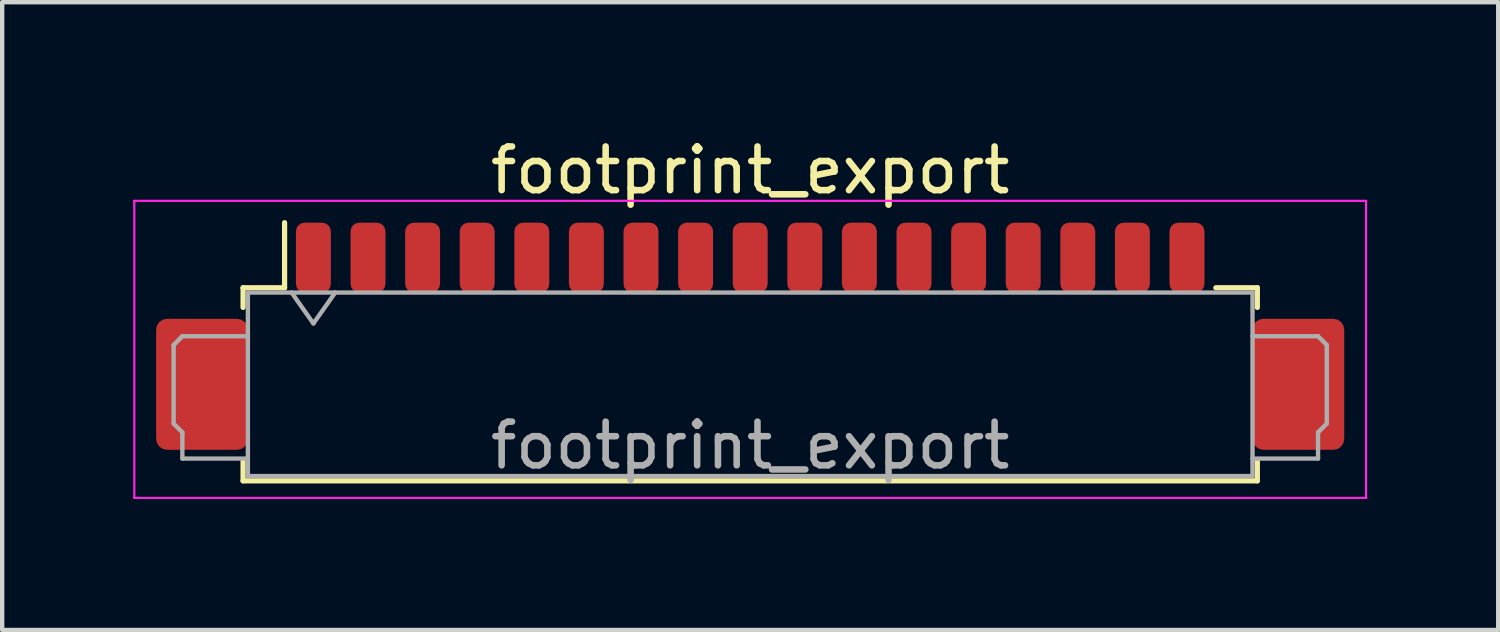
<source format=kicad_pcb>
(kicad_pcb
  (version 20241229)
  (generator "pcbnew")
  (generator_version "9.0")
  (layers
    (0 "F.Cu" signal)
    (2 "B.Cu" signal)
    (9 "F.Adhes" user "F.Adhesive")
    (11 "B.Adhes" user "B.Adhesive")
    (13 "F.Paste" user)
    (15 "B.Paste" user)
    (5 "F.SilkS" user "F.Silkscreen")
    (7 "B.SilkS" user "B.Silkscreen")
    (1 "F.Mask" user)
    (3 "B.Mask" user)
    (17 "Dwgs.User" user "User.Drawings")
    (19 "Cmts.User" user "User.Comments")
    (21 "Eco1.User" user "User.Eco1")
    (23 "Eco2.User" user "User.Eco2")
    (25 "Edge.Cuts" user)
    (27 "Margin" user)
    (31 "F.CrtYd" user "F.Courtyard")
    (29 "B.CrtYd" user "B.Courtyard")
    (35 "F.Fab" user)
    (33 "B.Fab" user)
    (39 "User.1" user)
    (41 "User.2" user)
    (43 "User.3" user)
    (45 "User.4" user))
  (footprint "footprint_export"
    (layer "F.Cu")
    (at 14.125 5.248)
    (property "Reference" "footprint_export" (at 0 -4.4 0) (layer "F.SilkS") (effects (font (size 1 1) (thickness 0.15))))
    (attr smd)
    (fp_line (start -11.61 -1.71) (end -10.66 -1.71) (stroke (width 0.12) (type solid)) (layer "F.SilkS"))
    (fp_line (start -11.61 -1.26) (end -11.61 -1.71) (stroke (width 0.12) (type solid)) (layer "F.SilkS"))
    (fp_line (start -11.61 2.26) (end -11.61 2.71) (stroke (width 0.12) (type solid)) (layer "F.SilkS"))
    (fp_line (start -11.61 2.71) (end 11.61 2.71) (stroke (width 0.12) (type solid)) (layer "F.SilkS"))
    (fp_line (start -10.66 -1.71) (end -10.66 -3.2) (stroke (width 0.12) (type solid)) (layer "F.SilkS"))
    (fp_line (start 11.61 -1.71) (end 10.66 -1.71) (stroke (width 0.12) (type solid)) (layer "F.SilkS"))
    (fp_line (start 11.61 -1.26) (end 11.61 -1.71) (stroke (width 0.12) (type solid)) (layer "F.SilkS"))
    (fp_line (start 11.61 2.71) (end 11.61 2.26) (stroke (width 0.12) (type solid)) (layer "F.SilkS"))
    (fp_line (start -14.1 -3.7) (end -14.1 3.1) (stroke (width 0.05) (type solid)) (layer "F.CrtYd"))
    (fp_line (start -14.1 3.1) (end 14.1 3.1) (stroke (width 0.05) (type solid)) (layer "F.CrtYd"))
    (fp_line (start 14.1 -3.7) (end -14.1 -3.7) (stroke (width 0.05) (type solid)) (layer "F.CrtYd"))
    (fp_line (start 14.1 3.1) (end 14.1 -3.7) (stroke (width 0.05) (type solid)) (layer "F.CrtYd"))
    (fp_line (start -13.2 -0.4) (end -13.2 1.4) (stroke (width 0.1) (type solid)) (layer "F.Fab"))
    (fp_line (start -13.2 1.4) (end -13 1.6) (stroke (width 0.1) (type solid)) (layer "F.Fab"))
    (fp_line (start -13 -0.6) (end -13.2 -0.4) (stroke (width 0.1) (type solid)) (layer "F.Fab"))
    (fp_line (start -13 1.6) (end -13 2.2) (stroke (width 0.1) (type solid)) (layer "F.Fab"))
    (fp_line (start -13 2.2) (end -11.5 2.2) (stroke (width 0.1) (type solid)) (layer "F.Fab"))
    (fp_line (start -11.5 -1.6) (end -11.5 2.6) (stroke (width 0.1) (type solid)) (layer "F.Fab"))
    (fp_line (start -11.5 -1.6) (end 11.5 -1.6) (stroke (width 0.1) (type solid)) (layer "F.Fab"))
    (fp_line (start -11.5 -0.6) (end -13 -0.6) (stroke (width 0.1) (type solid)) (layer "F.Fab"))
    (fp_line (start -11.5 2.6) (end 11.5 2.6) (stroke (width 0.1) (type solid)) (layer "F.Fab"))
    (fp_line (start -10.5 -1.6) (end -10 -0.893) (stroke (width 0.1) (type solid)) (layer "F.Fab"))
    (fp_line (start -10 -0.893) (end -9.5 -1.6) (stroke (width 0.1) (type solid)) (layer "F.Fab"))
    (fp_line (start 11.5 -1.6) (end 11.5 2.6) (stroke (width 0.1) (type solid)) (layer "F.Fab"))
    (fp_line (start 11.5 -0.6) (end 13 -0.6) (stroke (width 0.1) (type solid)) (layer "F.Fab"))
    (fp_line (start 13 -0.6) (end 13.2 -0.4) (stroke (width 0.1) (type solid)) (layer "F.Fab"))
    (fp_line (start 13 1.6) (end 13 2.2) (stroke (width 0.1) (type solid)) (layer "F.Fab"))
    (fp_line (start 13 2.2) (end 11.5 2.2) (stroke (width 0.1) (type solid)) (layer "F.Fab"))
    (fp_line (start 13.2 -0.4) (end 13.2 1.4) (stroke (width 0.1) (type solid)) (layer "F.Fab"))
    (fp_line (start 13.2 1.4) (end 13 1.6) (stroke (width 0.1) (type solid)) (layer "F.Fab"))
    (fp_text user "${REFERENCE}" (at 0 1.9 0) (layer "F.Fab") (effects (font (size 1 1) (thickness 0.15))))
    (pad "1" smd roundrect (at -10 -2.4) (size 0.8 1.6) (layers "F.Cu" "F.Mask" "F.Paste") (roundrect_rratio 0.25))
    (pad "2" smd roundrect (at -8.75 -2.4) (size 0.8 1.6) (layers "F.Cu" "F.Mask" "F.Paste") (roundrect_rratio 0.25))
    (pad "3" smd roundrect (at -7.5 -2.4) (size 0.8 1.6) (layers "F.Cu" "F.Mask" "F.Paste") (roundrect_rratio 0.25))
    (pad "4" smd roundrect (at -6.25 -2.4) (size 0.8 1.6) (layers "F.Cu" "F.Mask" "F.Paste") (roundrect_rratio 0.25))
    (pad "5" smd roundrect (at -5 -2.4) (size 0.8 1.6) (layers "F.Cu" "F.Mask" "F.Paste") (roundrect_rratio 0.25))
    (pad "6" smd roundrect (at -3.75 -2.4) (size 0.8 1.6) (layers "F.Cu" "F.Mask" "F.Paste") (roundrect_rratio 0.25))
    (pad "7" smd roundrect (at -2.5 -2.4) (size 0.8 1.6) (layers "F.Cu" "F.Mask" "F.Paste") (roundrect_rratio 0.25))
    (pad "8" smd roundrect (at -1.25 -2.4) (size 0.8 1.6) (layers "F.Cu" "F.Mask" "F.Paste") (roundrect_rratio 0.25))
    (pad "9" smd roundrect (at 0 -2.4) (size 0.8 1.6) (layers "F.Cu" "F.Mask" "F.Paste") (roundrect_rratio 0.25))
    (pad "10" smd roundrect (at 1.25 -2.4) (size 0.8 1.6) (layers "F.Cu" "F.Mask" "F.Paste") (roundrect_rratio 0.25))
    (pad "11" smd roundrect (at 2.5 -2.4) (size 0.8 1.6) (layers "F.Cu" "F.Mask" "F.Paste") (roundrect_rratio 0.25))
    (pad "12" smd roundrect (at 3.75 -2.4) (size 0.8 1.6) (layers "F.Cu" "F.Mask" "F.Paste") (roundrect_rratio 0.25))
    (pad "13" smd roundrect (at 5 -2.4) (size 0.8 1.6) (layers "F.Cu" "F.Mask" "F.Paste") (roundrect_rratio 0.25))
    (pad "14" smd roundrect (at 6.25 -2.4) (size 0.8 1.6) (layers "F.Cu" "F.Mask" "F.Paste") (roundrect_rratio 0.25))
    (pad "15" smd roundrect (at 7.5 -2.4) (size 0.8 1.6) (layers "F.Cu" "F.Mask" "F.Paste") (roundrect_rratio 0.25))
    (pad "16" smd roundrect (at 8.75 -2.4) (size 0.8 1.6) (layers "F.Cu" "F.Mask" "F.Paste") (roundrect_rratio 0.25))
    (pad "17" smd roundrect (at 10 -2.4) (size 0.8 1.6) (layers "F.Cu" "F.Mask" "F.Paste") (roundrect_rratio 0.25))
    (pad "MP" smd roundrect (at -12.55 0.5) (size 2.1 3) (layers "F.Cu" "F.Mask" "F.Paste") (roundrect_rratio 0.119))
    (pad "MP" smd roundrect (at 12.55 0.5) (size 2.1 3) (layers "F.Cu" "F.Mask" "F.Paste") (roundrect_rratio 0.119)))
  (gr_rect
    (start -3 -3)
    (end 31.25 11.373)
    (stroke (width 0.1) (type default))
    (fill no)
    (layer "Edge.Cuts")))
</source>
